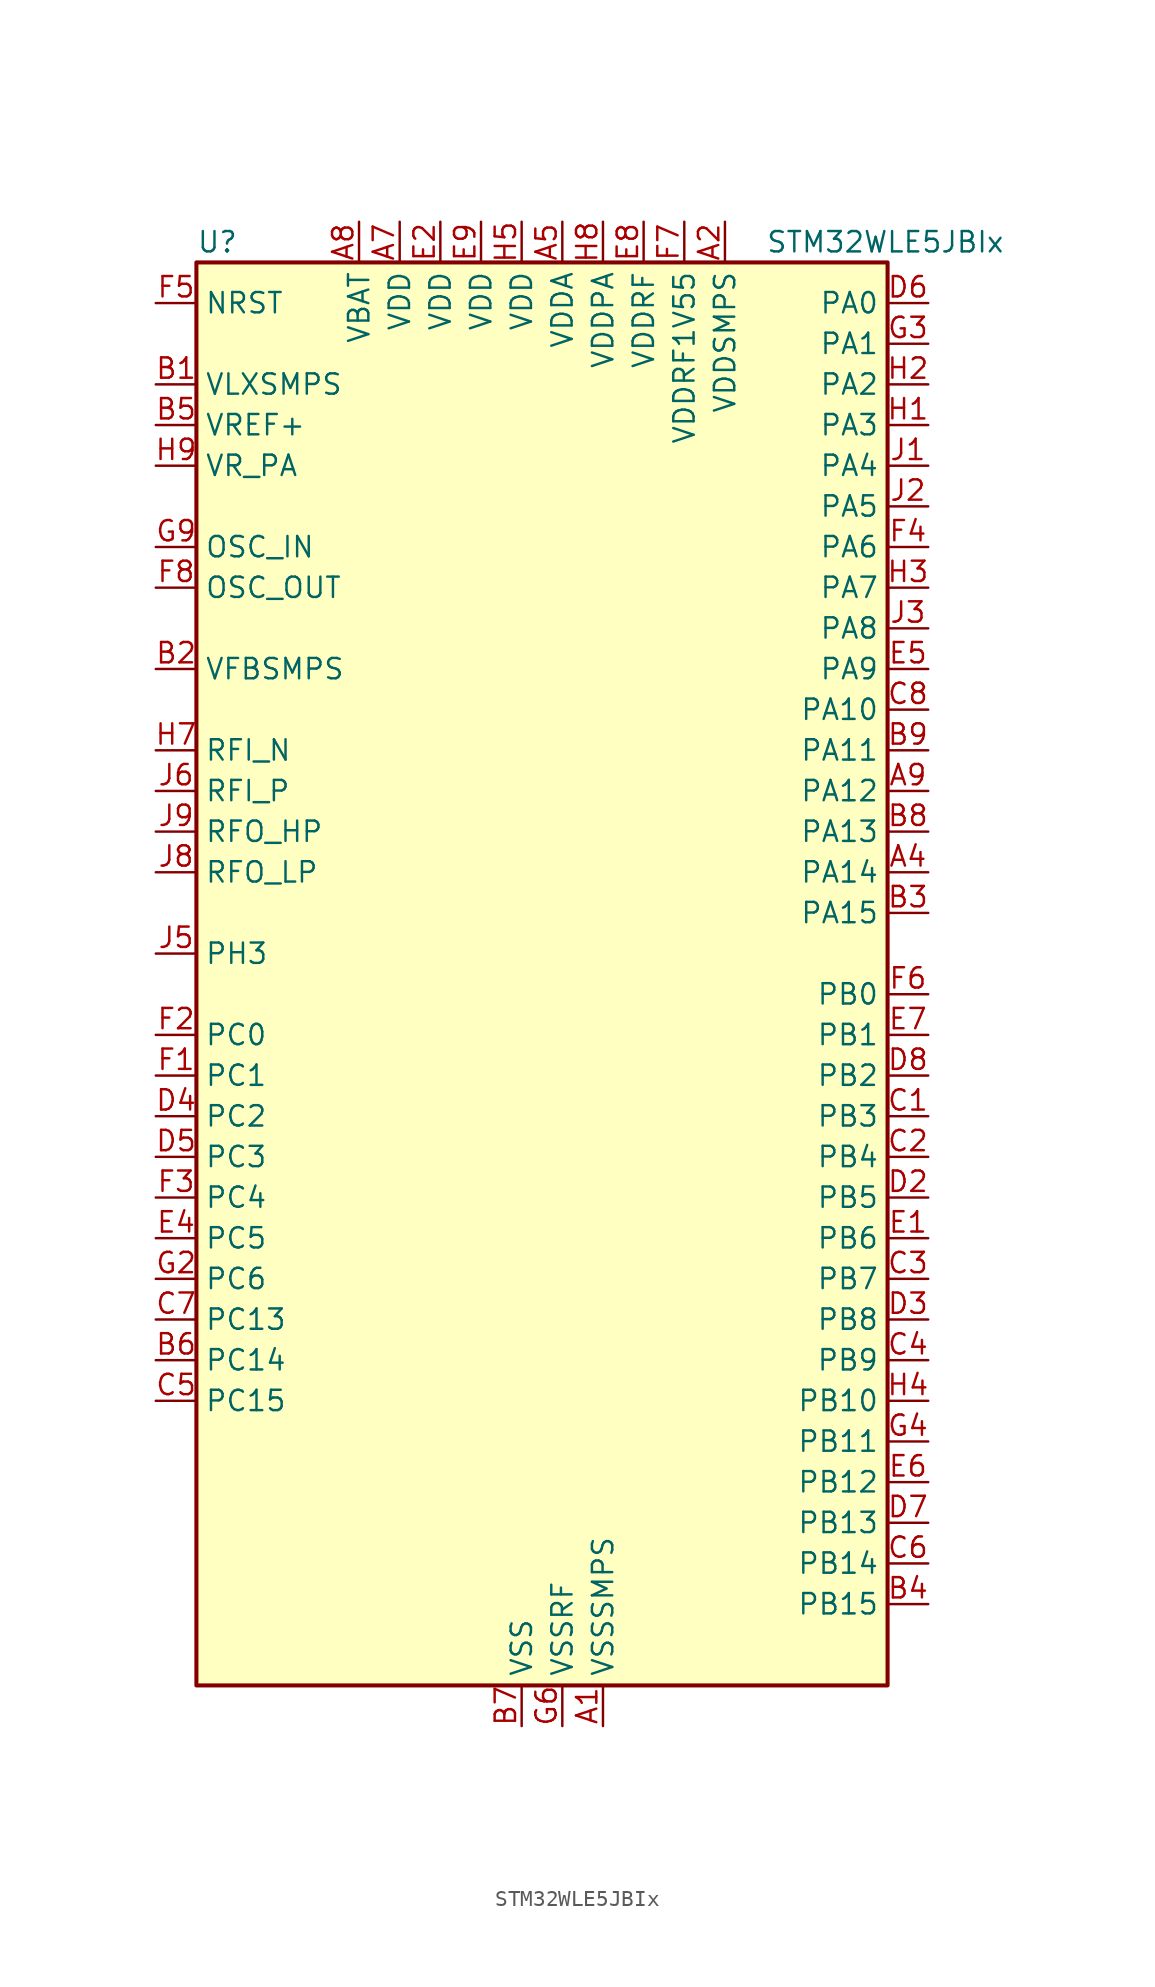
<source format=kicad_sym>
(kicad_symbol_lib
  (version 20231120)
  (generator "kicad_symbol_editor")
  (generator_version "8.0")
  (symbol "STM32WLE5JBIx"
    (property "Reference" "U"
      (at -20.32 46.99 0)
      (effects (font (size 1.27 1.27)) (justify left)))
    (property "Value" "STM32WLE5JBIx"
      (at 15.24 46.99 0)
      (effects (font (size 1.27 1.27)) (justify left)))
    (property "ki_locked" ""
      (at 0 0 0)
      (effects (font (size 1.27 1.27))))
    (symbol "STM32WLE5JBIx_0_1"
      (rectangle (start -20.32 -43.18) (end 22.86 45.72) (stroke (width 0.254) (type default)) (fill (type background))))
    (symbol "STM32WLE5JBIx_1_1"
      (pin power_in line (at 5.08 -45.72 90) (length 2.54) (name "VSSSMPS" (effects (font (size 1.27 1.27)))) (number "A1" (effects (font (size 1.27 1.27)))))
      (pin power_in line (at 12.7 48.26 270) (length 2.54) (name "VDDSMPS" (effects (font (size 1.27 1.27)))) (number "A2" (effects (font (size 1.27 1.27)))))
      (pin bidirectional line (at 25.4 7.62 180) (length 2.54) (name "PA14" (effects (font (size 1.27 1.27)))) (number "A4" (effects (font (size 1.27 1.27)))) (alternate "ADC_IN10" bidirectional line) (alternate "DEBUG_JTCK-SWCLK" bidirectional line) (alternate "I2C1_SMBA" bidirectional line) (alternate "LPTIM1_OUT" bidirectional line))
      (pin power_in line (at 2.54 48.26 270) (length 2.54) (name "VDDA" (effects (font (size 1.27 1.27)))) (number "A5" (effects (font (size 1.27 1.27)))))
      (pin power_in line (at -7.62 48.26 270) (length 2.54) (name "VDD" (effects (font (size 1.27 1.27)))) (number "A7" (effects (font (size 1.27 1.27)))))
      (pin power_in line (at -10.16 48.26 270) (length 2.54) (name "VBAT" (effects (font (size 1.27 1.27)))) (number "A8" (effects (font (size 1.27 1.27)))))
      (pin bidirectional line (at 25.4 12.7 180) (length 2.54) (name "PA12" (effects (font (size 1.27 1.27)))) (number "A9" (effects (font (size 1.27 1.27)))) (alternate "ADC_IN8" bidirectional line) (alternate "DEBUG_RF-BUSY" bidirectional line) (alternate "I2C2_SCL" bidirectional line) (alternate "LPTIM3_IN1" bidirectional line) (alternate "SPI1_MOSI" bidirectional line) (alternate "TIM1_ETR" bidirectional line) (alternate "USART1_DE" bidirectional line) (alternate "USART1_RTS" bidirectional line))
      (pin power_in line (at -22.86 38.1 0) (length 2.54) (name "VLXSMPS" (effects (font (size 1.27 1.27)))) (number "B1" (effects (font (size 1.27 1.27)))))
      (pin input line (at -22.86 20.32 0) (length 2.54) (name "VFBSMPS" (effects (font (size 1.27 1.27)))) (number "B2" (effects (font (size 1.27 1.27)))))
      (pin bidirectional line (at 25.4 5.08 180) (length 2.54) (name "PA15" (effects (font (size 1.27 1.27)))) (number "B3" (effects (font (size 1.27 1.27)))) (alternate "ADC_IN11" bidirectional line) (alternate "COMP1_INM" bidirectional line) (alternate "COMP2_INP" bidirectional line) (alternate "DEBUG_JTDI" bidirectional line) (alternate "I2C2_SDA" bidirectional line) (alternate "SPI1_NSS" bidirectional line) (alternate "TIM2_CH1" bidirectional line) (alternate "TIM2_ETR" bidirectional line))
      (pin bidirectional line (at 25.4 -38.1 180) (length 2.54) (name "PB15" (effects (font (size 1.27 1.27)))) (number "B4" (effects (font (size 1.27 1.27)))) (alternate "I2C2_SCL" bidirectional line) (alternate "I2S2_SD" bidirectional line) (alternate "SPI2_MOSI" bidirectional line) (alternate "TIM1_CH3N" bidirectional line))
      (pin input line (at -22.86 35.56 0) (length 2.54) (name "VREF+" (effects (font (size 1.27 1.27)))) (number "B5" (effects (font (size 1.27 1.27)))) (alternate "VREFBUF_OUT" bidirectional line))
      (pin bidirectional line (at -22.86 -22.86 0) (length 2.54) (name "PC14" (effects (font (size 1.27 1.27)))) (number "B6" (effects (font (size 1.27 1.27)))) (alternate "RCC_OSC32_IN" bidirectional line))
      (pin power_in line (at 0 -45.72 90) (length 2.54) (name "VSS" (effects (font (size 1.27 1.27)))) (number "B7" (effects (font (size 1.27 1.27)))))
      (pin bidirectional line (at 25.4 10.16 180) (length 2.54) (name "PA13" (effects (font (size 1.27 1.27)))) (number "B8" (effects (font (size 1.27 1.27)))) (alternate "ADC_IN9" bidirectional line) (alternate "DEBUG_JTMS-SWDIO" bidirectional line) (alternate "I2C2_SMBA" bidirectional line) (alternate "IR_OUT" bidirectional line))
      (pin bidirectional line (at 25.4 15.24 180) (length 2.54) (name "PA11" (effects (font (size 1.27 1.27)))) (number "B9" (effects (font (size 1.27 1.27)))) (alternate "ADC_EXTI11" bidirectional line) (alternate "ADC_IN7" bidirectional line) (alternate "COMP1_INM" bidirectional line) (alternate "COMP2_INM" bidirectional line) (alternate "DEBUG_RF-NRESET" bidirectional line) (alternate "I2C2_SDA" bidirectional line) (alternate "LPTIM3_ETR" bidirectional line) (alternate "SPI1_MISO" bidirectional line) (alternate "TIM1_BKIN2" bidirectional line) (alternate "TIM1_CH4" bidirectional line) (alternate "USART1_CTS" bidirectional line) (alternate "USART1_NSS" bidirectional line))
      (pin bidirectional line (at 25.4 -7.62 180) (length 2.54) (name "PB3" (effects (font (size 1.27 1.27)))) (number "C1" (effects (font (size 1.27 1.27)))) (alternate "ADC_IN2" bidirectional line) (alternate "COMP1_INM" bidirectional line) (alternate "COMP2_INM" bidirectional line) (alternate "DEBUG_JTDO-SWO" bidirectional line) (alternate "DEBUG_RF-DTB1" bidirectional line) (alternate "PWR_WKUP3" bidirectional line) (alternate "RTC_TAMP_IN3" bidirectional line) (alternate "SPI1_SCK" bidirectional line) (alternate "TIM2_CH2" bidirectional line) (alternate "USART1_DE" bidirectional line) (alternate "USART1_RTS" bidirectional line))
      (pin bidirectional line (at 25.4 -10.16 180) (length 2.54) (name "PB4" (effects (font (size 1.27 1.27)))) (number "C2" (effects (font (size 1.27 1.27)))) (alternate "ADC_IN3" bidirectional line) (alternate "COMP1_INP" bidirectional line) (alternate "COMP2_INP" bidirectional line) (alternate "DEBUG_JTRST" bidirectional line) (alternate "DEBUG_RF-LDORDY" bidirectional line) (alternate "I2C3_SDA" bidirectional line) (alternate "SPI1_MISO" bidirectional line) (alternate "TIM17_BKIN" bidirectional line) (alternate "USART1_CTS" bidirectional line) (alternate "USART1_NSS" bidirectional line))
      (pin bidirectional line (at 25.4 -17.78 180) (length 2.54) (name "PB7" (effects (font (size 1.27 1.27)))) (number "C3" (effects (font (size 1.27 1.27)))) (alternate "I2C1_SDA" bidirectional line) (alternate "LPTIM1_IN2" bidirectional line) (alternate "PWR_PVD_IN" bidirectional line) (alternate "TIM17_CH1N" bidirectional line) (alternate "TIM1_BKIN" bidirectional line) (alternate "USART1_RX" bidirectional line))
      (pin bidirectional line (at 25.4 -22.86 180) (length 2.54) (name "PB9" (effects (font (size 1.27 1.27)))) (number "C4" (effects (font (size 1.27 1.27)))) (alternate "DAC_EXTI9" bidirectional line) (alternate "I2C1_SDA" bidirectional line) (alternate "I2S2_WS" bidirectional line) (alternate "IR_OUT" bidirectional line) (alternate "SPI2_NSS" bidirectional line) (alternate "TIM17_CH1" bidirectional line) (alternate "TIM1_CH3N" bidirectional line))
      (pin bidirectional line (at -22.86 -25.4 0) (length 2.54) (name "PC15" (effects (font (size 1.27 1.27)))) (number "C5" (effects (font (size 1.27 1.27)))) (alternate "RCC_OSC32_OUT" bidirectional line))
      (pin bidirectional line (at 25.4 -35.56 180) (length 2.54) (name "PB14" (effects (font (size 1.27 1.27)))) (number "C6" (effects (font (size 1.27 1.27)))) (alternate "ADC_IN1" bidirectional line) (alternate "I2C3_SDA" bidirectional line) (alternate "I2S2_MCK" bidirectional line) (alternate "SPI2_MISO" bidirectional line) (alternate "TIM1_CH2N" bidirectional line))
      (pin bidirectional line (at -22.86 -20.32 0) (length 2.54) (name "PC13" (effects (font (size 1.27 1.27)))) (number "C7" (effects (font (size 1.27 1.27)))) (alternate "PWR_WKUP2" bidirectional line) (alternate "RTC_OUT1" bidirectional line) (alternate "RTC_TAMP_IN1" bidirectional line) (alternate "RTC_TS" bidirectional line))
      (pin bidirectional line (at 25.4 17.78 180) (length 2.54) (name "PA10" (effects (font (size 1.27 1.27)))) (number "C8" (effects (font (size 1.27 1.27)))) (alternate "ADC_IN6" bidirectional line) (alternate "COMP1_INM" bidirectional line) (alternate "COMP2_INM" bidirectional line) (alternate "DAC_OUT1" bidirectional line) (alternate "DEBUG_RF-HSE32RDY" bidirectional line) (alternate "I2C1_SDA" bidirectional line) (alternate "I2S2_SD" bidirectional line) (alternate "RTC_REFIN" bidirectional line) (alternate "SPI2_MOSI" bidirectional line) (alternate "TIM17_BKIN" bidirectional line) (alternate "TIM1_CH3" bidirectional line) (alternate "USART1_RX" bidirectional line))
      (pin bidirectional line (at 25.4 -12.7 180) (length 2.54) (name "PB5" (effects (font (size 1.27 1.27)))) (number "D2" (effects (font (size 1.27 1.27)))) (alternate "COMP2_OUT" bidirectional line) (alternate "I2C1_SMBA" bidirectional line) (alternate "LPTIM1_IN1" bidirectional line) (alternate "SPI1_MOSI" bidirectional line) (alternate "TIM16_BKIN" bidirectional line) (alternate "USART1_CK" bidirectional line))
      (pin bidirectional line (at 25.4 -20.32 180) (length 2.54) (name "PB8" (effects (font (size 1.27 1.27)))) (number "D3" (effects (font (size 1.27 1.27)))) (alternate "I2C1_SCL" bidirectional line) (alternate "TIM16_CH1" bidirectional line) (alternate "TIM1_CH2N" bidirectional line))
      (pin bidirectional line (at -22.86 -7.62 0) (length 2.54) (name "PC2" (effects (font (size 1.27 1.27)))) (number "D4" (effects (font (size 1.27 1.27)))) (alternate "LPTIM1_IN2" bidirectional line) (alternate "SPI2_MISO" bidirectional line))
      (pin bidirectional line (at -22.86 -10.16 0) (length 2.54) (name "PC3" (effects (font (size 1.27 1.27)))) (number "D5" (effects (font (size 1.27 1.27)))) (alternate "I2S2_SD" bidirectional line) (alternate "LPTIM1_ETR" bidirectional line) (alternate "LPTIM2_ETR" bidirectional line) (alternate "SPI2_MOSI" bidirectional line))
      (pin bidirectional line (at 25.4 43.18 180) (length 2.54) (name "PA0" (effects (font (size 1.27 1.27)))) (number "D6" (effects (font (size 1.27 1.27)))) (alternate "COMP1_OUT" bidirectional line) (alternate "DEBUG_PWR-REGLP1S" bidirectional line) (alternate "I2C3_SMBA" bidirectional line) (alternate "I2S_CKIN" bidirectional line) (alternate "PWR_WKUP1" bidirectional line) (alternate "RTC_TAMP_IN2" bidirectional line) (alternate "TIM2_CH1" bidirectional line) (alternate "TIM2_ETR" bidirectional line) (alternate "USART2_CTS" bidirectional line) (alternate "USART2_NSS" bidirectional line))
      (pin bidirectional line (at 25.4 -33.02 180) (length 2.54) (name "PB13" (effects (font (size 1.27 1.27)))) (number "D7" (effects (font (size 1.27 1.27)))) (alternate "ADC_IN0" bidirectional line) (alternate "I2C3_SCL" bidirectional line) (alternate "I2S2_CK" bidirectional line) (alternate "LPUART1_CTS" bidirectional line) (alternate "SPI2_SCK" bidirectional line) (alternate "TIM1_CH1N" bidirectional line))
      (pin bidirectional line (at 25.4 -5.08 180) (length 2.54) (name "PB2" (effects (font (size 1.27 1.27)))) (number "D8" (effects (font (size 1.27 1.27)))) (alternate "ADC_IN4" bidirectional line) (alternate "COMP1_INP" bidirectional line) (alternate "COMP2_INM" bidirectional line) (alternate "DEBUG_RF-SMPSRDY" bidirectional line) (alternate "I2C3_SMBA" bidirectional line) (alternate "LPTIM1_OUT" bidirectional line) (alternate "SPI1_NSS" bidirectional line))
      (pin passive line (at 0 -45.72 90) (length 2.54) hide (name "VSS" (effects (font (size 1.27 1.27)))) (number "D9" (effects (font (size 1.27 1.27)))))
      (pin bidirectional line (at 25.4 -15.24 180) (length 2.54) (name "PB6" (effects (font (size 1.27 1.27)))) (number "E1" (effects (font (size 1.27 1.27)))) (alternate "I2C1_SCL" bidirectional line) (alternate "LPTIM1_ETR" bidirectional line) (alternate "TIM16_CH1N" bidirectional line) (alternate "USART1_TX" bidirectional line))
      (pin power_in line (at -5.08 48.26 270) (length 2.54) (name "VDD" (effects (font (size 1.27 1.27)))) (number "E2" (effects (font (size 1.27 1.27)))))
      (pin passive line (at 0 -45.72 90) (length 2.54) hide (name "VSS" (effects (font (size 1.27 1.27)))) (number "E3" (effects (font (size 1.27 1.27)))))
      (pin bidirectional line (at -22.86 -15.24 0) (length 2.54) (name "PC5" (effects (font (size 1.27 1.27)))) (number "E4" (effects (font (size 1.27 1.27)))))
      (pin bidirectional line (at 25.4 20.32 180) (length 2.54) (name "PA9" (effects (font (size 1.27 1.27)))) (number "E5" (effects (font (size 1.27 1.27)))) (alternate "DAC_EXTI9" bidirectional line) (alternate "I2C1_SCL" bidirectional line) (alternate "I2S2_CK" bidirectional line) (alternate "I2S2_WS" bidirectional line) (alternate "SPI2_NSS" bidirectional line) (alternate "SPI2_SCK" bidirectional line) (alternate "TIM1_CH2" bidirectional line) (alternate "USART1_TX" bidirectional line))
      (pin bidirectional line (at 25.4 -30.48 180) (length 2.54) (name "PB12" (effects (font (size 1.27 1.27)))) (number "E6" (effects (font (size 1.27 1.27)))) (alternate "I2C3_SMBA" bidirectional line) (alternate "I2S2_WS" bidirectional line) (alternate "LPUART1_RTS" bidirectional line) (alternate "SPI2_NSS" bidirectional line) (alternate "TIM1_BKIN" bidirectional line))
      (pin bidirectional line (at 25.4 -2.54 180) (length 2.54) (name "PB1" (effects (font (size 1.27 1.27)))) (number "E7" (effects (font (size 1.27 1.27)))) (alternate "ADC_IN5" bidirectional line) (alternate "COMP2_INP" bidirectional line) (alternate "LPTIM2_IN1" bidirectional line) (alternate "LPUART1_DE" bidirectional line) (alternate "LPUART1_RTS" bidirectional line))
      (pin power_in line (at 7.62 48.26 270) (length 2.54) (name "VDDRF" (effects (font (size 1.27 1.27)))) (number "E8" (effects (font (size 1.27 1.27)))))
      (pin power_in line (at -2.54 48.26 270) (length 2.54) (name "VDD" (effects (font (size 1.27 1.27)))) (number "E9" (effects (font (size 1.27 1.27)))))
      (pin bidirectional line (at -22.86 -5.08 0) (length 2.54) (name "PC1" (effects (font (size 1.27 1.27)))) (number "F1" (effects (font (size 1.27 1.27)))) (alternate "I2C3_SDA" bidirectional line) (alternate "I2S2_SD" bidirectional line) (alternate "LPTIM1_OUT" bidirectional line) (alternate "LPUART1_TX" bidirectional line) (alternate "SPI2_MOSI" bidirectional line))
      (pin bidirectional line (at -22.86 -2.54 0) (length 2.54) (name "PC0" (effects (font (size 1.27 1.27)))) (number "F2" (effects (font (size 1.27 1.27)))) (alternate "I2C3_SCL" bidirectional line) (alternate "LPTIM1_IN1" bidirectional line) (alternate "LPTIM2_IN1" bidirectional line) (alternate "LPUART1_RX" bidirectional line))
      (pin bidirectional line (at -22.86 -12.7 0) (length 2.54) (name "PC4" (effects (font (size 1.27 1.27)))) (number "F3" (effects (font (size 1.27 1.27)))))
      (pin bidirectional line (at 25.4 27.94 180) (length 2.54) (name "PA6" (effects (font (size 1.27 1.27)))) (number "F4" (effects (font (size 1.27 1.27)))) (alternate "DEBUG_SUBGHZSPI-MISOOUT" bidirectional line) (alternate "I2C2_SMBA" bidirectional line) (alternate "LPUART1_CTS" bidirectional line) (alternate "SPI1_MISO" bidirectional line) (alternate "TIM16_CH1" bidirectional line) (alternate "TIM1_BKIN" bidirectional line))
      (pin input line (at -22.86 43.18 0) (length 2.54) (name "NRST" (effects (font (size 1.27 1.27)))) (number "F5" (effects (font (size 1.27 1.27)))))
      (pin bidirectional line (at 25.4 0 180) (length 2.54) (name "PB0" (effects (font (size 1.27 1.27)))) (number "F6" (effects (font (size 1.27 1.27)))) (alternate "COMP1_OUT" bidirectional line) (alternate "VDDTCXO" bidirectional line))
      (pin power_in line (at 10.16 48.26 270) (length 2.54) (name "VDDRF1V55" (effects (font (size 1.27 1.27)))) (number "F7" (effects (font (size 1.27 1.27)))))
      (pin input line (at -22.86 25.4 0) (length 2.54) (name "OSC_OUT" (effects (font (size 1.27 1.27)))) (number "F8" (effects (font (size 1.27 1.27)))) (alternate "RCC_OSC_OUT" bidirectional line))
      (pin bidirectional line (at -22.86 -17.78 0) (length 2.54) (name "PC6" (effects (font (size 1.27 1.27)))) (number "G2" (effects (font (size 1.27 1.27)))) (alternate "I2S2_MCK" bidirectional line))
      (pin bidirectional line (at 25.4 40.64 180) (length 2.54) (name "PA1" (effects (font (size 1.27 1.27)))) (number "G3" (effects (font (size 1.27 1.27)))) (alternate "DEBUG_PWR-REGLP2S" bidirectional line) (alternate "I2C1_SMBA" bidirectional line) (alternate "LPTIM3_OUT" bidirectional line) (alternate "LPUART1_RTS" bidirectional line) (alternate "SPI1_SCK" bidirectional line) (alternate "TIM2_CH2" bidirectional line) (alternate "USART2_DE" bidirectional line) (alternate "USART2_RTS" bidirectional line))
      (pin bidirectional line (at 25.4 -27.94 180) (length 2.54) (name "PB11" (effects (font (size 1.27 1.27)))) (number "G4" (effects (font (size 1.27 1.27)))) (alternate "ADC_EXTI11" bidirectional line) (alternate "COMP2_OUT" bidirectional line) (alternate "I2C3_SDA" bidirectional line) (alternate "LPUART1_TX" bidirectional line) (alternate "TIM2_CH4" bidirectional line))
      (pin passive line (at 0 -45.72 90) (length 2.54) hide (name "VSS" (effects (font (size 1.27 1.27)))) (number "G5" (effects (font (size 1.27 1.27)))))
      (pin power_in line (at 2.54 -45.72 90) (length 2.54) (name "VSSRF" (effects (font (size 1.27 1.27)))) (number "G6" (effects (font (size 1.27 1.27)))))
      (pin passive line (at 2.54 -45.72 90) (length 2.54) hide (name "VSSRF" (effects (font (size 1.27 1.27)))) (number "G7" (effects (font (size 1.27 1.27)))))
      (pin passive line (at 2.54 -45.72 90) (length 2.54) hide (name "VSSRF" (effects (font (size 1.27 1.27)))) (number "G8" (effects (font (size 1.27 1.27)))))
      (pin input line (at -22.86 27.94 0) (length 2.54) (name "OSC_IN" (effects (font (size 1.27 1.27)))) (number "G9" (effects (font (size 1.27 1.27)))) (alternate "RCC_OSC_IN" bidirectional line))
      (pin bidirectional line (at 25.4 35.56 180) (length 2.54) (name "PA3" (effects (font (size 1.27 1.27)))) (number "H1" (effects (font (size 1.27 1.27)))) (alternate "I2S2_MCK" bidirectional line) (alternate "LPUART1_RX" bidirectional line) (alternate "TIM2_CH4" bidirectional line) (alternate "USART2_RX" bidirectional line))
      (pin bidirectional line (at 25.4 38.1 180) (length 2.54) (name "PA2" (effects (font (size 1.27 1.27)))) (number "H2" (effects (font (size 1.27 1.27)))) (alternate "COMP2_OUT" bidirectional line) (alternate "DEBUG_PWR-LDORDY" bidirectional line) (alternate "LPUART1_TX" bidirectional line) (alternate "RCC_LSCO" bidirectional line) (alternate "TIM2_CH3" bidirectional line) (alternate "USART2_TX" bidirectional line))
      (pin bidirectional line (at 25.4 25.4 180) (length 2.54) (name "PA7" (effects (font (size 1.27 1.27)))) (number "H3" (effects (font (size 1.27 1.27)))) (alternate "COMP2_OUT" bidirectional line) (alternate "DEBUG_SUBGHZSPI-MOSIOUT" bidirectional line) (alternate "I2C3_SCL" bidirectional line) (alternate "SPI1_MOSI" bidirectional line) (alternate "TIM17_CH1" bidirectional line) (alternate "TIM1_CH1N" bidirectional line))
      (pin bidirectional line (at 25.4 -25.4 180) (length 2.54) (name "PB10" (effects (font (size 1.27 1.27)))) (number "H4" (effects (font (size 1.27 1.27)))) (alternate "COMP1_OUT" bidirectional line) (alternate "I2C3_SCL" bidirectional line) (alternate "I2S2_CK" bidirectional line) (alternate "LPUART1_RX" bidirectional line) (alternate "SPI2_SCK" bidirectional line) (alternate "TIM2_CH3" bidirectional line))
      (pin power_in line (at 0 48.26 270) (length 2.54) (name "VDD" (effects (font (size 1.27 1.27)))) (number "H5" (effects (font (size 1.27 1.27)))))
      (pin passive line (at 2.54 -45.72 90) (length 2.54) hide (name "VSSRF" (effects (font (size 1.27 1.27)))) (number "H6" (effects (font (size 1.27 1.27)))))
      (pin bidirectional line (at -22.86 15.24 0) (length 2.54) (name "RFI_N" (effects (font (size 1.27 1.27)))) (number "H7" (effects (font (size 1.27 1.27)))))
      (pin power_in line (at 5.08 48.26 270) (length 2.54) (name "VDDPA" (effects (font (size 1.27 1.27)))) (number "H8" (effects (font (size 1.27 1.27)))))
      (pin power_in line (at -22.86 33.02 0) (length 2.54) (name "VR_PA" (effects (font (size 1.27 1.27)))) (number "H9" (effects (font (size 1.27 1.27)))))
      (pin bidirectional line (at 25.4 33.02 180) (length 2.54) (name "PA4" (effects (font (size 1.27 1.27)))) (number "J1" (effects (font (size 1.27 1.27)))) (alternate "DEBUG_SUBGHZSPI-NSSOUT" bidirectional line) (alternate "LPTIM1_OUT" bidirectional line) (alternate "LPTIM2_OUT" bidirectional line) (alternate "RTC_OUT2" bidirectional line) (alternate "SPI1_NSS" bidirectional line) (alternate "USART2_CK" bidirectional line))
      (pin bidirectional line (at 25.4 30.48 180) (length 2.54) (name "PA5" (effects (font (size 1.27 1.27)))) (number "J2" (effects (font (size 1.27 1.27)))) (alternate "DEBUG_SUBGHZSPI-SCKOUT" bidirectional line) (alternate "LPTIM2_ETR" bidirectional line) (alternate "SPI1_SCK" bidirectional line) (alternate "SPI2_MISO" bidirectional line) (alternate "TIM2_CH1" bidirectional line) (alternate "TIM2_ETR" bidirectional line))
      (pin bidirectional line (at 25.4 22.86 180) (length 2.54) (name "PA8" (effects (font (size 1.27 1.27)))) (number "J3" (effects (font (size 1.27 1.27)))) (alternate "I2S2_CK" bidirectional line) (alternate "LPTIM2_OUT" bidirectional line) (alternate "RCC_MCO" bidirectional line) (alternate "SPI2_SCK" bidirectional line) (alternate "TIM1_CH1" bidirectional line) (alternate "USART1_CK" bidirectional line))
      (pin bidirectional line (at -22.86 2.54 0) (length 2.54) (name "PH3" (effects (font (size 1.27 1.27)))) (number "J5" (effects (font (size 1.27 1.27)))))
      (pin bidirectional line (at -22.86 12.7 0) (length 2.54) (name "RFI_P" (effects (font (size 1.27 1.27)))) (number "J6" (effects (font (size 1.27 1.27)))))
      (pin bidirectional line (at -22.86 7.62 0) (length 2.54) (name "RFO_LP" (effects (font (size 1.27 1.27)))) (number "J8" (effects (font (size 1.27 1.27)))))
      (pin bidirectional line (at -22.86 10.16 0) (length 2.54) (name "RFO_HP" (effects (font (size 1.27 1.27)))) (number "J9" (effects (font (size 1.27 1.27))))))))
</source>
